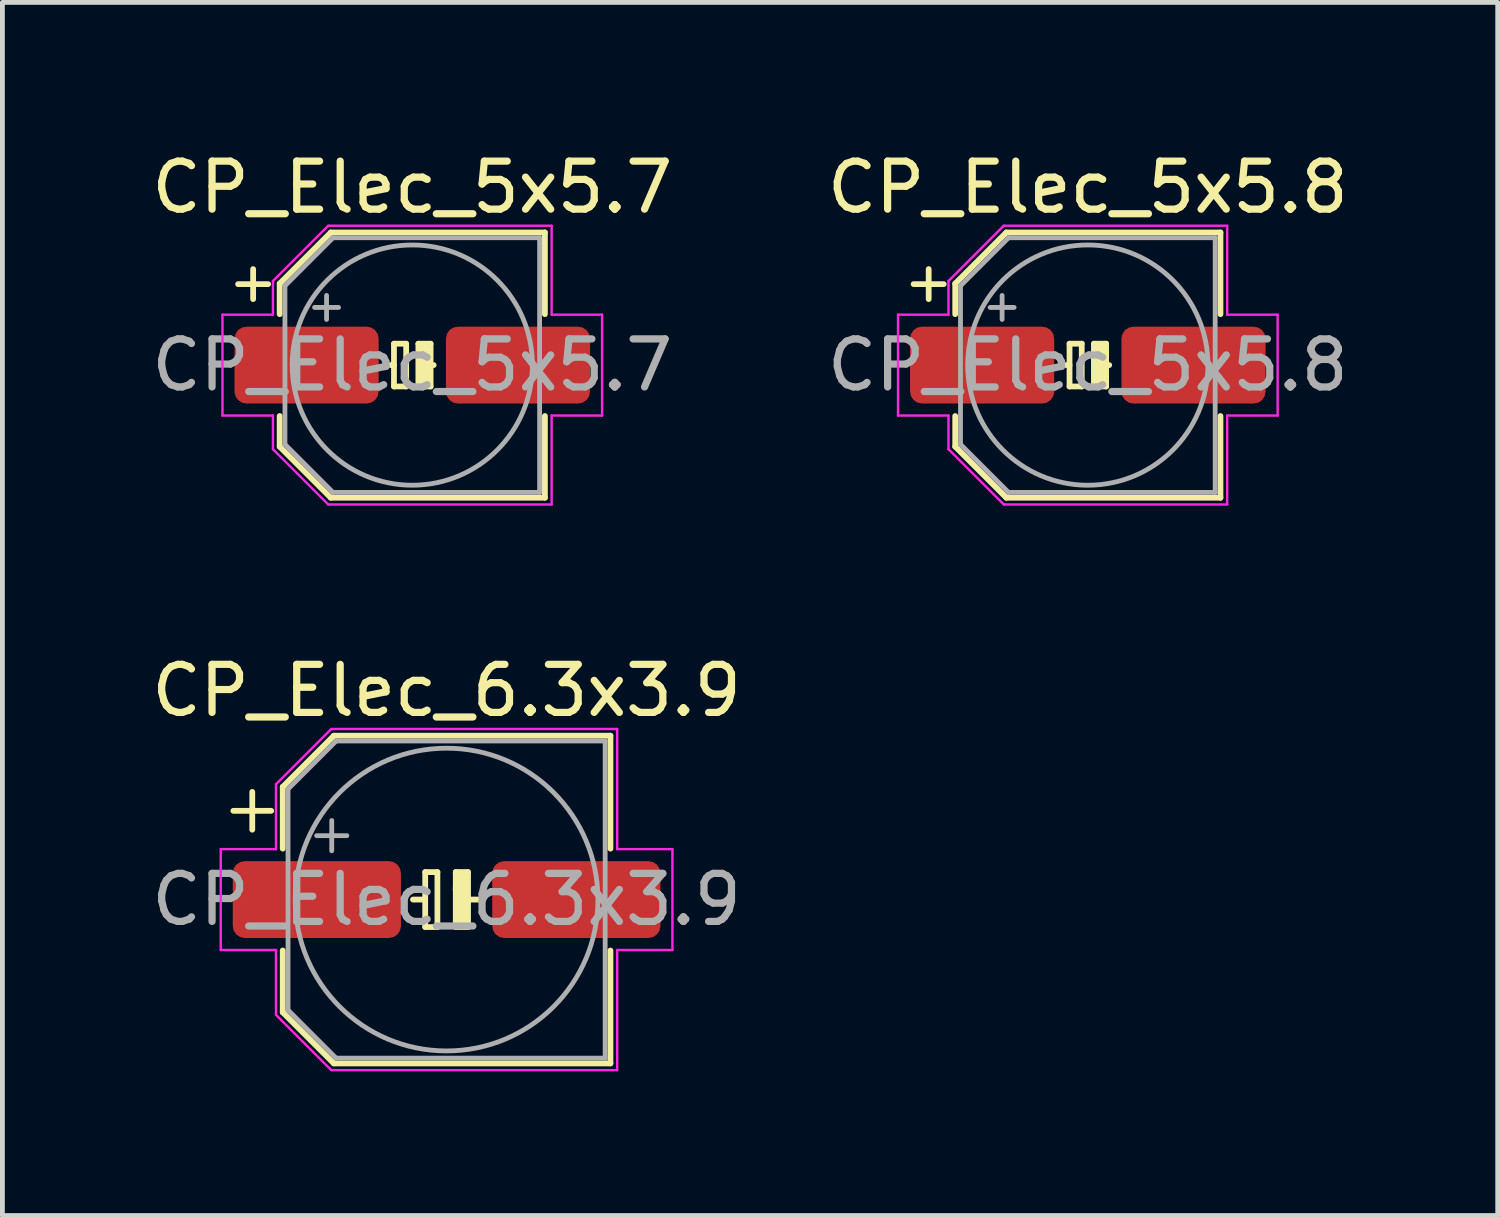
<source format=kicad_pcb>
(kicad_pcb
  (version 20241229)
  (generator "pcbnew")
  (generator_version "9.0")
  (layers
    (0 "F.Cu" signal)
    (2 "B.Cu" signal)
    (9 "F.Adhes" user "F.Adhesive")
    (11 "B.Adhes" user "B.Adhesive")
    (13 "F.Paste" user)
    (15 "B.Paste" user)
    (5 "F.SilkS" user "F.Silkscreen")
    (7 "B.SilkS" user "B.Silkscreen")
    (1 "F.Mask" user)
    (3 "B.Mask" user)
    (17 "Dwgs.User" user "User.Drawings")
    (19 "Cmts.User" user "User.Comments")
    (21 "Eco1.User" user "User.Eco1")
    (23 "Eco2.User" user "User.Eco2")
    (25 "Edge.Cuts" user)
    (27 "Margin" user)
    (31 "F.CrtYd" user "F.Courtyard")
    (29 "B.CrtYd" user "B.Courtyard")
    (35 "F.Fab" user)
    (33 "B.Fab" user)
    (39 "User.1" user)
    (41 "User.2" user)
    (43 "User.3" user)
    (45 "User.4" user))
  (footprint "CP_Elec_5x5.8"
    (layer "F.Cu")
    (at 19.589 4.548)
    (property "Reference" "CP_Elec_5x5.8" (at 0 -3.7 0) (layer "F.SilkS") (effects (font (size 1 1) (thickness 0.15))))
    (attr smd)
    (fp_line (start -3.625 -1.685) (end -3 -1.685) (stroke (width 0.12) (type solid)) (layer "F.SilkS"))
    (fp_line (start -3.312 -1.998) (end -3.312 -1.373) (stroke (width 0.12) (type solid)) (layer "F.SilkS"))
    (fp_line (start -2.76 -1.696) (end -2.76 -1.06) (stroke (width 0.12) (type solid)) (layer "F.SilkS"))
    (fp_line (start -2.76 -1.696) (end -1.696 -2.76) (stroke (width 0.12) (type solid)) (layer "F.SilkS"))
    (fp_line (start -2.76 1.696) (end -2.76 1.06) (stroke (width 0.12) (type solid)) (layer "F.SilkS"))
    (fp_line (start -2.76 1.696) (end -1.696 2.76) (stroke (width 0.12) (type solid)) (layer "F.SilkS"))
    (fp_line (start -1.696 -2.76) (end 2.76 -2.76) (stroke (width 0.12) (type solid)) (layer "F.SilkS"))
    (fp_line (start -1.696 2.76) (end 2.76 2.76) (stroke (width 0.12) (type solid)) (layer "F.SilkS"))
    (fp_line (start -0.381 0) (end -0.445 0) (stroke (width 0.12) (type solid)) (layer "F.SilkS"))
    (fp_line (start -0.381 0.445) (end -0.381 -0.445) (stroke (width 0.12) (type solid)) (layer "F.SilkS"))
    (fp_line (start -0.381 0.445) (end -0.127 0.445) (stroke (width 0.12) (type solid)) (layer "F.SilkS"))
    (fp_line (start -0.127 -0.445) (end -0.381 -0.445) (stroke (width 0.12) (type solid)) (layer "F.SilkS"))
    (fp_line (start -0.127 -0.445) (end -0.127 0.445) (stroke (width 0.12) (type solid)) (layer "F.SilkS"))
    (fp_line (start 0.127 -0.445) (end 0.127 -0.191) (stroke (width 0.12) (type solid)) (layer "F.SilkS"))
    (fp_line (start 0.127 -0.445) (end 0.381 -0.445) (stroke (width 0.12) (type solid)) (layer "F.SilkS"))
    (fp_line (start 0.127 -0.191) (end 0.127 0.445) (stroke (width 0.12) (type solid)) (layer "F.SilkS"))
    (fp_line (start 0.381 0) (end 0.445 0) (stroke (width 0.12) (type solid)) (layer "F.SilkS"))
    (fp_line (start 0.381 0.445) (end 0.127 0.445) (stroke (width 0.12) (type solid)) (layer "F.SilkS"))
    (fp_line (start 0.381 0.445) (end 0.381 -0.445) (stroke (width 0.12) (type solid)) (layer "F.SilkS"))
    (fp_line (start 2.76 -2.76) (end 2.76 -1.06) (stroke (width 0.12) (type solid)) (layer "F.SilkS"))
    (fp_line (start 2.76 2.76) (end 2.76 1.06) (stroke (width 0.12) (type solid)) (layer "F.SilkS"))
    (fp_poly (pts (xy 0.381 0.445) (xy 0.127 0.445) (xy 0.127 -0.445) (xy 0.381 -0.445)) (stroke (width 0.1) (type solid)) (fill yes) (layer "F.SilkS"))
    (fp_line (start -3.95 -1.05) (end -3.95 1.05) (stroke (width 0.05) (type solid)) (layer "F.CrtYd"))
    (fp_line (start -3.95 1.05) (end -2.9 1.05) (stroke (width 0.05) (type solid)) (layer "F.CrtYd"))
    (fp_line (start -2.9 -1.75) (end -2.9 -1.05) (stroke (width 0.05) (type solid)) (layer "F.CrtYd"))
    (fp_line (start -2.9 -1.75) (end -1.75 -2.9) (stroke (width 0.05) (type solid)) (layer "F.CrtYd"))
    (fp_line (start -2.9 -1.05) (end -3.95 -1.05) (stroke (width 0.05) (type solid)) (layer "F.CrtYd"))
    (fp_line (start -2.9 1.05) (end -2.9 1.75) (stroke (width 0.05) (type solid)) (layer "F.CrtYd"))
    (fp_line (start -2.9 1.75) (end -1.75 2.9) (stroke (width 0.05) (type solid)) (layer "F.CrtYd"))
    (fp_line (start -1.75 -2.9) (end 2.9 -2.9) (stroke (width 0.05) (type solid)) (layer "F.CrtYd"))
    (fp_line (start -1.75 2.9) (end 2.9 2.9) (stroke (width 0.05) (type solid)) (layer "F.CrtYd"))
    (fp_line (start 2.9 -2.9) (end 2.9 -1.05) (stroke (width 0.05) (type solid)) (layer "F.CrtYd"))
    (fp_line (start 2.9 -1.05) (end 3.95 -1.05) (stroke (width 0.05) (type solid)) (layer "F.CrtYd"))
    (fp_line (start 2.9 1.05) (end 2.9 2.9) (stroke (width 0.05) (type solid)) (layer "F.CrtYd"))
    (fp_line (start 3.95 -1.05) (end 3.95 1.05) (stroke (width 0.05) (type solid)) (layer "F.CrtYd"))
    (fp_line (start 3.95 1.05) (end 2.9 1.05) (stroke (width 0.05) (type solid)) (layer "F.CrtYd"))
    (fp_line (start -2.65 -1.65) (end -2.65 1.65) (stroke (width 0.1) (type solid)) (layer "F.Fab"))
    (fp_line (start -2.65 -1.65) (end -1.65 -2.65) (stroke (width 0.1) (type solid)) (layer "F.Fab"))
    (fp_line (start -2.65 1.65) (end -1.65 2.65) (stroke (width 0.1) (type solid)) (layer "F.Fab"))
    (fp_line (start -2.034 -1.2) (end -1.534 -1.2) (stroke (width 0.1) (type solid)) (layer "F.Fab"))
    (fp_line (start -1.784 -1.45) (end -1.784 -0.95) (stroke (width 0.1) (type solid)) (layer "F.Fab"))
    (fp_line (start -1.65 -2.65) (end 2.65 -2.65) (stroke (width 0.1) (type solid)) (layer "F.Fab"))
    (fp_line (start -1.65 2.65) (end 2.65 2.65) (stroke (width 0.1) (type solid)) (layer "F.Fab"))
    (fp_line (start 2.65 -2.65) (end 2.65 2.65) (stroke (width 0.1) (type solid)) (layer "F.Fab"))
    (fp_circle (center 0 0) (end 2.5 0) (stroke (width 0.1) (type solid)) (fill no) (layer "F.Fab"))
    (fp_text user "${REFERENCE}" (at 0 0 0) (layer "F.Fab") (effects (font (size 1 1) (thickness 0.15))))
    (pad "1" smd roundrect (at -2.2 0) (size 3 1.6) (layers "F.Cu" "F.Mask" "F.Paste") (roundrect_rratio 0.156))
    (pad "2" smd roundrect (at 2.2 0) (size 3 1.6) (layers "F.Cu" "F.Mask" "F.Paste") (roundrect_rratio 0.156)))
  (footprint "CP_Elec_6.3x3.9"
    (layer "F.Cu")
    (at 6.244 15.671)
    (property "Reference" "CP_Elec_6.3x3.9" (at 0 -4.35 0) (layer "F.SilkS") (effects (font (size 1 1) (thickness 0.15))))
    (attr smd)
    (fp_line (start -4.438 -1.847) (end -3.65 -1.847) (stroke (width 0.12) (type solid)) (layer "F.SilkS"))
    (fp_line (start -4.044 -2.241) (end -4.044 -1.454) (stroke (width 0.12) (type solid)) (layer "F.SilkS"))
    (fp_line (start -3.41 -2.346) (end -3.41 -1.06) (stroke (width 0.12) (type solid)) (layer "F.SilkS"))
    (fp_line (start -3.41 -2.346) (end -2.346 -3.41) (stroke (width 0.12) (type solid)) (layer "F.SilkS"))
    (fp_line (start -3.41 2.346) (end -3.41 1.06) (stroke (width 0.12) (type solid)) (layer "F.SilkS"))
    (fp_line (start -3.41 2.346) (end -2.346 3.41) (stroke (width 0.12) (type solid)) (layer "F.SilkS"))
    (fp_line (start -2.346 -3.41) (end 3.41 -3.41) (stroke (width 0.12) (type solid)) (layer "F.SilkS"))
    (fp_line (start -2.346 3.41) (end 3.41 3.41) (stroke (width 0.12) (type solid)) (layer "F.SilkS"))
    (fp_line (start -0.445 -0.572) (end -0.191 -0.572) (stroke (width 0.12) (type solid)) (layer "F.SilkS"))
    (fp_line (start -0.445 0) (end -0.699 0) (stroke (width 0.12) (type solid)) (layer "F.SilkS"))
    (fp_line (start -0.445 0.572) (end -0.445 -0.572) (stroke (width 0.12) (type solid)) (layer "F.SilkS"))
    (fp_line (start -0.191 -0.572) (end -0.191 0.572) (stroke (width 0.12) (type solid)) (layer "F.SilkS"))
    (fp_line (start -0.191 0.572) (end -0.445 0.572) (stroke (width 0.12) (type solid)) (layer "F.SilkS"))
    (fp_line (start 0.191 -0.572) (end 0.191 -0.191) (stroke (width 0.12) (type solid)) (layer "F.SilkS"))
    (fp_line (start 0.191 -0.572) (end 0.445 -0.572) (stroke (width 0.12) (type solid)) (layer "F.SilkS"))
    (fp_line (start 0.191 -0.254) (end 0.191 0.572) (stroke (width 0.12) (type solid)) (layer "F.SilkS"))
    (fp_line (start 0.445 0) (end 0.699 0) (stroke (width 0.12) (type solid)) (layer "F.SilkS"))
    (fp_line (start 0.445 0.572) (end 0.191 0.572) (stroke (width 0.12) (type solid)) (layer "F.SilkS"))
    (fp_line (start 0.445 0.572) (end 0.445 -0.572) (stroke (width 0.12) (type solid)) (layer "F.SilkS"))
    (fp_line (start 3.41 -3.41) (end 3.41 -1.06) (stroke (width 0.12) (type solid)) (layer "F.SilkS"))
    (fp_line (start 3.41 3.41) (end 3.41 1.06) (stroke (width 0.12) (type solid)) (layer "F.SilkS"))
    (fp_poly (pts (xy 0.445 0.572) (xy 0.191 0.572) (xy 0.191 -0.572) (xy 0.445 -0.572)) (stroke (width 0.1) (type solid)) (fill yes) (layer "F.SilkS"))
    (fp_line (start -4.7 -1.05) (end -4.7 1.05) (stroke (width 0.05) (type solid)) (layer "F.CrtYd"))
    (fp_line (start -4.7 1.05) (end -3.55 1.05) (stroke (width 0.05) (type solid)) (layer "F.CrtYd"))
    (fp_line (start -3.55 -2.4) (end -3.55 -1.05) (stroke (width 0.05) (type solid)) (layer "F.CrtYd"))
    (fp_line (start -3.55 -2.4) (end -2.4 -3.55) (stroke (width 0.05) (type solid)) (layer "F.CrtYd"))
    (fp_line (start -3.55 -1.05) (end -4.7 -1.05) (stroke (width 0.05) (type solid)) (layer "F.CrtYd"))
    (fp_line (start -3.55 1.05) (end -3.55 2.4) (stroke (width 0.05) (type solid)) (layer "F.CrtYd"))
    (fp_line (start -3.55 2.4) (end -2.4 3.55) (stroke (width 0.05) (type solid)) (layer "F.CrtYd"))
    (fp_line (start -2.4 -3.55) (end 3.55 -3.55) (stroke (width 0.05) (type solid)) (layer "F.CrtYd"))
    (fp_line (start -2.4 3.55) (end 3.55 3.55) (stroke (width 0.05) (type solid)) (layer "F.CrtYd"))
    (fp_line (start 3.55 -3.55) (end 3.55 -1.05) (stroke (width 0.05) (type solid)) (layer "F.CrtYd"))
    (fp_line (start 3.55 -1.05) (end 4.7 -1.05) (stroke (width 0.05) (type solid)) (layer "F.CrtYd"))
    (fp_line (start 3.55 1.05) (end 3.55 3.55) (stroke (width 0.05) (type solid)) (layer "F.CrtYd"))
    (fp_line (start 4.7 -1.05) (end 4.7 1.05) (stroke (width 0.05) (type solid)) (layer "F.CrtYd"))
    (fp_line (start 4.7 1.05) (end 3.55 1.05) (stroke (width 0.05) (type solid)) (layer "F.CrtYd"))
    (fp_line (start -3.3 -2.3) (end -3.3 2.3) (stroke (width 0.1) (type solid)) (layer "F.Fab"))
    (fp_line (start -3.3 -2.3) (end -2.3 -3.3) (stroke (width 0.1) (type solid)) (layer "F.Fab"))
    (fp_line (start -3.3 2.3) (end -2.3 3.3) (stroke (width 0.1) (type solid)) (layer "F.Fab"))
    (fp_line (start -2.705 -1.33) (end -2.075 -1.33) (stroke (width 0.1) (type solid)) (layer "F.Fab"))
    (fp_line (start -2.39 -1.645) (end -2.39 -1.015) (stroke (width 0.1) (type solid)) (layer "F.Fab"))
    (fp_line (start -2.3 -3.3) (end 3.3 -3.3) (stroke (width 0.1) (type solid)) (layer "F.Fab"))
    (fp_line (start -2.3 3.3) (end 3.3 3.3) (stroke (width 0.1) (type solid)) (layer "F.Fab"))
    (fp_line (start 3.3 -3.3) (end 3.3 3.3) (stroke (width 0.1) (type solid)) (layer "F.Fab"))
    (fp_circle (center 0 0) (end 3.15 0) (stroke (width 0.1) (type solid)) (fill no) (layer "F.Fab"))
    (fp_text user "${REFERENCE}" (at 0 0 0) (layer "F.Fab") (effects (font (size 1 1) (thickness 0.15))))
    (pad "1" smd roundrect (at -2.7 0) (size 3.5 1.6) (layers "F.Cu" "F.Mask" "F.Paste") (roundrect_rratio 0.156))
    (pad "2" smd roundrect (at 2.7 0) (size 3.5 1.6) (layers "F.Cu" "F.Mask" "F.Paste") (roundrect_rratio 0.156)))
  (footprint "CP_Elec_5x5.7"
    (layer "F.Cu")
    (at 5.53 4.548)
    (property "Reference" "CP_Elec_5x5.7" (at 0 -3.7 0) (layer "F.SilkS") (effects (font (size 1 1) (thickness 0.15))))
    (attr smd)
    (fp_line (start -3.625 -1.685) (end -3 -1.685) (stroke (width 0.12) (type solid)) (layer "F.SilkS"))
    (fp_line (start -3.312 -1.998) (end -3.312 -1.373) (stroke (width 0.12) (type solid)) (layer "F.SilkS"))
    (fp_line (start -2.76 -1.696) (end -2.76 -1.06) (stroke (width 0.12) (type solid)) (layer "F.SilkS"))
    (fp_line (start -2.76 -1.696) (end -1.696 -2.76) (stroke (width 0.12) (type solid)) (layer "F.SilkS"))
    (fp_line (start -2.76 1.696) (end -2.76 1.06) (stroke (width 0.12) (type solid)) (layer "F.SilkS"))
    (fp_line (start -2.76 1.696) (end -1.696 2.76) (stroke (width 0.12) (type solid)) (layer "F.SilkS"))
    (fp_line (start -1.696 -2.76) (end 2.76 -2.76) (stroke (width 0.12) (type solid)) (layer "F.SilkS"))
    (fp_line (start -1.696 2.76) (end 2.76 2.76) (stroke (width 0.12) (type solid)) (layer "F.SilkS"))
    (fp_line (start -0.381 0) (end -0.445 0) (stroke (width 0.12) (type solid)) (layer "F.SilkS"))
    (fp_line (start -0.381 0.445) (end -0.381 -0.445) (stroke (width 0.12) (type solid)) (layer "F.SilkS"))
    (fp_line (start -0.381 0.445) (end -0.127 0.445) (stroke (width 0.12) (type solid)) (layer "F.SilkS"))
    (fp_line (start -0.127 -0.445) (end -0.381 -0.445) (stroke (width 0.12) (type solid)) (layer "F.SilkS"))
    (fp_line (start -0.127 -0.445) (end -0.127 0.445) (stroke (width 0.12) (type solid)) (layer "F.SilkS"))
    (fp_line (start 0.127 -0.445) (end 0.127 -0.191) (stroke (width 0.12) (type solid)) (layer "F.SilkS"))
    (fp_line (start 0.127 -0.445) (end 0.381 -0.445) (stroke (width 0.12) (type solid)) (layer "F.SilkS"))
    (fp_line (start 0.127 -0.191) (end 0.127 0.445) (stroke (width 0.12) (type solid)) (layer "F.SilkS"))
    (fp_line (start 0.381 0) (end 0.445 0) (stroke (width 0.12) (type solid)) (layer "F.SilkS"))
    (fp_line (start 0.381 0.445) (end 0.127 0.445) (stroke (width 0.12) (type solid)) (layer "F.SilkS"))
    (fp_line (start 0.381 0.445) (end 0.381 -0.445) (stroke (width 0.12) (type solid)) (layer "F.SilkS"))
    (fp_line (start 2.76 -2.76) (end 2.76 -1.06) (stroke (width 0.12) (type solid)) (layer "F.SilkS"))
    (fp_line (start 2.76 2.76) (end 2.76 1.06) (stroke (width 0.12) (type solid)) (layer "F.SilkS"))
    (fp_poly (pts (xy 0.381 0.445) (xy 0.127 0.445) (xy 0.127 -0.445) (xy 0.381 -0.445)) (stroke (width 0.1) (type solid)) (fill yes) (layer "F.SilkS"))
    (fp_line (start -3.95 -1.05) (end -3.95 1.05) (stroke (width 0.05) (type solid)) (layer "F.CrtYd"))
    (fp_line (start -3.95 1.05) (end -2.9 1.05) (stroke (width 0.05) (type solid)) (layer "F.CrtYd"))
    (fp_line (start -2.9 -1.75) (end -2.9 -1.05) (stroke (width 0.05) (type solid)) (layer "F.CrtYd"))
    (fp_line (start -2.9 -1.75) (end -1.75 -2.9) (stroke (width 0.05) (type solid)) (layer "F.CrtYd"))
    (fp_line (start -2.9 -1.05) (end -3.95 -1.05) (stroke (width 0.05) (type solid)) (layer "F.CrtYd"))
    (fp_line (start -2.9 1.05) (end -2.9 1.75) (stroke (width 0.05) (type solid)) (layer "F.CrtYd"))
    (fp_line (start -2.9 1.75) (end -1.75 2.9) (stroke (width 0.05) (type solid)) (layer "F.CrtYd"))
    (fp_line (start -1.75 -2.9) (end 2.9 -2.9) (stroke (width 0.05) (type solid)) (layer "F.CrtYd"))
    (fp_line (start -1.75 2.9) (end 2.9 2.9) (stroke (width 0.05) (type solid)) (layer "F.CrtYd"))
    (fp_line (start 2.9 -2.9) (end 2.9 -1.05) (stroke (width 0.05) (type solid)) (layer "F.CrtYd"))
    (fp_line (start 2.9 -1.05) (end 3.95 -1.05) (stroke (width 0.05) (type solid)) (layer "F.CrtYd"))
    (fp_line (start 2.9 1.05) (end 2.9 2.9) (stroke (width 0.05) (type solid)) (layer "F.CrtYd"))
    (fp_line (start 3.95 -1.05) (end 3.95 1.05) (stroke (width 0.05) (type solid)) (layer "F.CrtYd"))
    (fp_line (start 3.95 1.05) (end 2.9 1.05) (stroke (width 0.05) (type solid)) (layer "F.CrtYd"))
    (fp_line (start -2.65 -1.65) (end -2.65 1.65) (stroke (width 0.1) (type solid)) (layer "F.Fab"))
    (fp_line (start -2.65 -1.65) (end -1.65 -2.65) (stroke (width 0.1) (type solid)) (layer "F.Fab"))
    (fp_line (start -2.65 1.65) (end -1.65 2.65) (stroke (width 0.1) (type solid)) (layer "F.Fab"))
    (fp_line (start -2.034 -1.2) (end -1.534 -1.2) (stroke (width 0.1) (type solid)) (layer "F.Fab"))
    (fp_line (start -1.784 -1.45) (end -1.784 -0.95) (stroke (width 0.1) (type solid)) (layer "F.Fab"))
    (fp_line (start -1.65 -2.65) (end 2.65 -2.65) (stroke (width 0.1) (type solid)) (layer "F.Fab"))
    (fp_line (start -1.65 2.65) (end 2.65 2.65) (stroke (width 0.1) (type solid)) (layer "F.Fab"))
    (fp_line (start 2.65 -2.65) (end 2.65 2.65) (stroke (width 0.1) (type solid)) (layer "F.Fab"))
    (fp_circle (center 0 0) (end 2.5 0) (stroke (width 0.1) (type solid)) (fill no) (layer "F.Fab"))
    (fp_text user "${REFERENCE}" (at 0 0 0) (layer "F.Fab") (effects (font (size 1 1) (thickness 0.15))))
    (pad "1" smd roundrect (at -2.2 0) (size 3 1.6) (layers "F.Cu" "F.Mask" "F.Paste") (roundrect_rratio 0.156))
    (pad "2" smd roundrect (at 2.2 0) (size 3 1.6) (layers "F.Cu" "F.Mask" "F.Paste") (roundrect_rratio 0.156)))
  (gr_rect
    (start -3 -3)
    (end 28.119 22.247)
    (stroke (width 0.1) (type default))
    (fill no)
    (layer "Edge.Cuts")))
</source>
